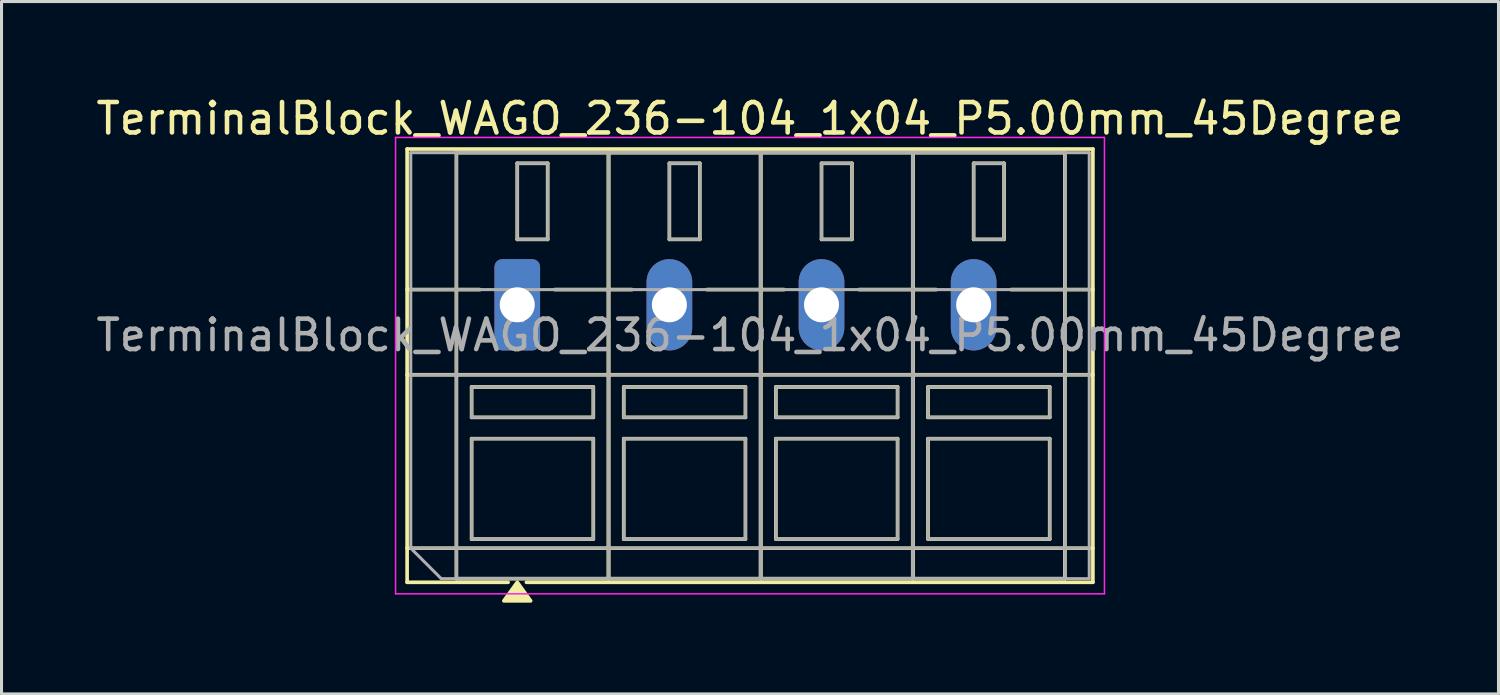
<source format=kicad_pcb>
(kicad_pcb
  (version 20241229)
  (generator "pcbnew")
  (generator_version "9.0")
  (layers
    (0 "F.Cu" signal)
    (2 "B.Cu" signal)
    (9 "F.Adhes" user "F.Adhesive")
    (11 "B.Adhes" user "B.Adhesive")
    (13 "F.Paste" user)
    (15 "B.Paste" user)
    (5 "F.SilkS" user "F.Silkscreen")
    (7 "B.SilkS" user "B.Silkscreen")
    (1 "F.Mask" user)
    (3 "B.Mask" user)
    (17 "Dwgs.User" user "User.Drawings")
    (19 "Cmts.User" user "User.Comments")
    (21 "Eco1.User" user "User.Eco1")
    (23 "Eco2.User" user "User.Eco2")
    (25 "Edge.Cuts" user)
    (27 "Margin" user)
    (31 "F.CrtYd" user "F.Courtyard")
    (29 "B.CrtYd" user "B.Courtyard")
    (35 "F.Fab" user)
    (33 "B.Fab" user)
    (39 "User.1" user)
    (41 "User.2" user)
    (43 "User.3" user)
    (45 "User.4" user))
  (footprint "TerminalBlock_WAGO_236-104_1x04_P5.00mm_45Degree"
    (layer "F.Cu")
    (at 13.951 6.968)
    (property "Reference" "TerminalBlock_WAGO_236-104_1x04_P5.00mm_45Degree" (at 7.65 -6.12 0) (layer "F.SilkS") (effects (font (size 1 1) (thickness 0.15))))
    (attr through_hole)
    (fp_line (start -3.62 -5.12) (end 18.92 -5.12) (stroke (width 0.12) (type solid)) (layer "F.SilkS"))
    (fp_line (start -3.62 -0.5) (end -1.23 -0.5) (stroke (width 0.12) (type solid)) (layer "F.SilkS"))
    (fp_line (start -3.62 2.3) (end 18.92 2.3) (stroke (width 0.12) (type solid)) (layer "F.SilkS"))
    (fp_line (start -3.62 8) (end 18.92 8) (stroke (width 0.12) (type solid)) (layer "F.SilkS"))
    (fp_line (start -3.62 9.12) (end -3.62 -5.12) (stroke (width 0.12) (type solid)) (layer "F.SilkS"))
    (fp_line (start -2 -5) (end 3 -5) (stroke (width 0.12) (type solid)) (layer "F.SilkS"))
    (fp_line (start -2 9) (end -2 -5) (stroke (width 0.12) (type solid)) (layer "F.SilkS"))
    (fp_line (start -1.5 2.7) (end 2.5 2.7) (stroke (width 0.12) (type solid)) (layer "F.SilkS"))
    (fp_line (start -1.5 3.7) (end -1.5 2.7) (stroke (width 0.12) (type solid)) (layer "F.SilkS"))
    (fp_line (start -1.5 4.4) (end 2.5 4.4) (stroke (width 0.12) (type solid)) (layer "F.SilkS"))
    (fp_line (start -1.5 7.7) (end -1.5 4.4) (stroke (width 0.12) (type solid)) (layer "F.SilkS"))
    (fp_line (start -0.3 9.12) (end -3.62 9.12) (stroke (width 0.12) (type solid)) (layer "F.SilkS"))
    (fp_line (start 0 -4.65) (end 1 -4.65) (stroke (width 0.12) (type solid)) (layer "F.SilkS"))
    (fp_line (start 0 -2.15) (end 0 -4.65) (stroke (width 0.12) (type solid)) (layer "F.SilkS"))
    (fp_line (start 1 -4.65) (end 1 -2.15) (stroke (width 0.12) (type solid)) (layer "F.SilkS"))
    (fp_line (start 1 -2.15) (end 0 -2.15) (stroke (width 0.12) (type solid)) (layer "F.SilkS"))
    (fp_line (start 1.23 -0.5) (end 3.77 -0.5) (stroke (width 0.12) (type solid)) (layer "F.SilkS"))
    (fp_line (start 2.5 2.7) (end 2.5 3.7) (stroke (width 0.12) (type solid)) (layer "F.SilkS"))
    (fp_line (start 2.5 3.7) (end -1.5 3.7) (stroke (width 0.12) (type solid)) (layer "F.SilkS"))
    (fp_line (start 2.5 4.4) (end 2.5 7.7) (stroke (width 0.12) (type solid)) (layer "F.SilkS"))
    (fp_line (start 2.5 7.7) (end -1.5 7.7) (stroke (width 0.12) (type solid)) (layer "F.SilkS"))
    (fp_line (start 3 -5) (end 3 9) (stroke (width 0.12) (type solid)) (layer "F.SilkS"))
    (fp_line (start 3 -5) (end 8 -5) (stroke (width 0.12) (type solid)) (layer "F.SilkS"))
    (fp_line (start 3 9) (end -2 9) (stroke (width 0.12) (type solid)) (layer "F.SilkS"))
    (fp_line (start 3 9) (end 3 -5) (stroke (width 0.12) (type solid)) (layer "F.SilkS"))
    (fp_line (start 3.5 2.7) (end 7.5 2.7) (stroke (width 0.12) (type solid)) (layer "F.SilkS"))
    (fp_line (start 3.5 3.7) (end 3.5 2.7) (stroke (width 0.12) (type solid)) (layer "F.SilkS"))
    (fp_line (start 3.5 4.4) (end 7.5 4.4) (stroke (width 0.12) (type solid)) (layer "F.SilkS"))
    (fp_line (start 3.5 7.7) (end 3.5 4.4) (stroke (width 0.12) (type solid)) (layer "F.SilkS"))
    (fp_line (start 5 -4.65) (end 6 -4.65) (stroke (width 0.12) (type solid)) (layer "F.SilkS"))
    (fp_line (start 5 -2.15) (end 5 -4.65) (stroke (width 0.12) (type solid)) (layer "F.SilkS"))
    (fp_line (start 6 -4.65) (end 6 -2.15) (stroke (width 0.12) (type solid)) (layer "F.SilkS"))
    (fp_line (start 6 -2.15) (end 5 -2.15) (stroke (width 0.12) (type solid)) (layer "F.SilkS"))
    (fp_line (start 6.23 -0.5) (end 8.77 -0.5) (stroke (width 0.12) (type solid)) (layer "F.SilkS"))
    (fp_line (start 7.5 2.7) (end 7.5 3.7) (stroke (width 0.12) (type solid)) (layer "F.SilkS"))
    (fp_line (start 7.5 3.7) (end 3.5 3.7) (stroke (width 0.12) (type solid)) (layer "F.SilkS"))
    (fp_line (start 7.5 4.4) (end 7.5 7.7) (stroke (width 0.12) (type solid)) (layer "F.SilkS"))
    (fp_line (start 7.5 7.7) (end 3.5 7.7) (stroke (width 0.12) (type solid)) (layer "F.SilkS"))
    (fp_line (start 8 -5) (end 8 9) (stroke (width 0.12) (type solid)) (layer "F.SilkS"))
    (fp_line (start 8 -5) (end 13 -5) (stroke (width 0.12) (type solid)) (layer "F.SilkS"))
    (fp_line (start 8 9) (end 3 9) (stroke (width 0.12) (type solid)) (layer "F.SilkS"))
    (fp_line (start 8 9) (end 8 -5) (stroke (width 0.12) (type solid)) (layer "F.SilkS"))
    (fp_line (start 8.5 2.7) (end 12.5 2.7) (stroke (width 0.12) (type solid)) (layer "F.SilkS"))
    (fp_line (start 8.5 3.7) (end 8.5 2.7) (stroke (width 0.12) (type solid)) (layer "F.SilkS"))
    (fp_line (start 8.5 4.4) (end 12.5 4.4) (stroke (width 0.12) (type solid)) (layer "F.SilkS"))
    (fp_line (start 8.5 7.7) (end 8.5 4.4) (stroke (width 0.12) (type solid)) (layer "F.SilkS"))
    (fp_line (start 10 -4.65) (end 11 -4.65) (stroke (width 0.12) (type solid)) (layer "F.SilkS"))
    (fp_line (start 10 -2.15) (end 10 -4.65) (stroke (width 0.12) (type solid)) (layer "F.SilkS"))
    (fp_line (start 11 -4.65) (end 11 -2.15) (stroke (width 0.12) (type solid)) (layer "F.SilkS"))
    (fp_line (start 11 -2.15) (end 10 -2.15) (stroke (width 0.12) (type solid)) (layer "F.SilkS"))
    (fp_line (start 11.23 -0.5) (end 13.77 -0.5) (stroke (width 0.12) (type solid)) (layer "F.SilkS"))
    (fp_line (start 12.5 2.7) (end 12.5 3.7) (stroke (width 0.12) (type solid)) (layer "F.SilkS"))
    (fp_line (start 12.5 3.7) (end 8.5 3.7) (stroke (width 0.12) (type solid)) (layer "F.SilkS"))
    (fp_line (start 12.5 4.4) (end 12.5 7.7) (stroke (width 0.12) (type solid)) (layer "F.SilkS"))
    (fp_line (start 12.5 7.7) (end 8.5 7.7) (stroke (width 0.12) (type solid)) (layer "F.SilkS"))
    (fp_line (start 13 -5) (end 13 9) (stroke (width 0.12) (type solid)) (layer "F.SilkS"))
    (fp_line (start 13 -5) (end 18 -5) (stroke (width 0.12) (type solid)) (layer "F.SilkS"))
    (fp_line (start 13 9) (end 8 9) (stroke (width 0.12) (type solid)) (layer "F.SilkS"))
    (fp_line (start 13 9) (end 13 -5) (stroke (width 0.12) (type solid)) (layer "F.SilkS"))
    (fp_line (start 13.5 2.7) (end 17.5 2.7) (stroke (width 0.12) (type solid)) (layer "F.SilkS"))
    (fp_line (start 13.5 3.7) (end 13.5 2.7) (stroke (width 0.12) (type solid)) (layer "F.SilkS"))
    (fp_line (start 13.5 4.4) (end 17.5 4.4) (stroke (width 0.12) (type solid)) (layer "F.SilkS"))
    (fp_line (start 13.5 7.7) (end 13.5 4.4) (stroke (width 0.12) (type solid)) (layer "F.SilkS"))
    (fp_line (start 15 -4.65) (end 16 -4.65) (stroke (width 0.12) (type solid)) (layer "F.SilkS"))
    (fp_line (start 15 -2.15) (end 15 -4.65) (stroke (width 0.12) (type solid)) (layer "F.SilkS"))
    (fp_line (start 16 -4.65) (end 16 -2.15) (stroke (width 0.12) (type solid)) (layer "F.SilkS"))
    (fp_line (start 16 -2.15) (end 15 -2.15) (stroke (width 0.12) (type solid)) (layer "F.SilkS"))
    (fp_line (start 16.23 -0.5) (end 18.92 -0.5) (stroke (width 0.12) (type solid)) (layer "F.SilkS"))
    (fp_line (start 17.5 2.7) (end 17.5 3.7) (stroke (width 0.12) (type solid)) (layer "F.SilkS"))
    (fp_line (start 17.5 3.7) (end 13.5 3.7) (stroke (width 0.12) (type solid)) (layer "F.SilkS"))
    (fp_line (start 17.5 4.4) (end 17.5 7.7) (stroke (width 0.12) (type solid)) (layer "F.SilkS"))
    (fp_line (start 17.5 7.7) (end 13.5 7.7) (stroke (width 0.12) (type solid)) (layer "F.SilkS"))
    (fp_line (start 18 -5) (end 18 9) (stroke (width 0.12) (type solid)) (layer "F.SilkS"))
    (fp_line (start 18 9) (end 13 9) (stroke (width 0.12) (type solid)) (layer "F.SilkS"))
    (fp_line (start 18.92 -5.12) (end 18.92 9.12) (stroke (width 0.12) (type solid)) (layer "F.SilkS"))
    (fp_line (start 18.92 9.12) (end 0.3 9.12) (stroke (width 0.12) (type solid)) (layer "F.SilkS"))
    (fp_poly (pts (xy 0 9.12) (xy 0.44 9.73) (xy -0.44 9.73)) (stroke (width 0.12) (type solid)) (fill yes) (layer "F.SilkS"))
    (fp_line (start -4 -5.5) (end -4 9.5) (stroke (width 0.05) (type solid)) (layer "F.CrtYd"))
    (fp_line (start -4 9.5) (end 19.3 9.5) (stroke (width 0.05) (type solid)) (layer "F.CrtYd"))
    (fp_line (start 19.3 -5.5) (end -4 -5.5) (stroke (width 0.05) (type solid)) (layer "F.CrtYd"))
    (fp_line (start 19.3 9.5) (end 19.3 -5.5) (stroke (width 0.05) (type solid)) (layer "F.CrtYd"))
    (fp_line (start -3.5 -5) (end 18.8 -5) (stroke (width 0.1) (type solid)) (layer "F.Fab"))
    (fp_line (start -3.5 -0.5) (end 18.8 -0.5) (stroke (width 0.1) (type solid)) (layer "F.Fab"))
    (fp_line (start -3.5 2.3) (end 18.8 2.3) (stroke (width 0.1) (type solid)) (layer "F.Fab"))
    (fp_line (start -3.5 8) (end -3.5 -5) (stroke (width 0.1) (type solid)) (layer "F.Fab"))
    (fp_line (start -3.5 8) (end 18.8 8) (stroke (width 0.1) (type solid)) (layer "F.Fab"))
    (fp_line (start -2.5 9) (end -3.5 8) (stroke (width 0.1) (type solid)) (layer "F.Fab"))
    (fp_line (start -2 -5) (end -2 9) (stroke (width 0.1) (type solid)) (layer "F.Fab"))
    (fp_line (start -2 9) (end 3 9) (stroke (width 0.1) (type solid)) (layer "F.Fab"))
    (fp_line (start -1.5 2.7) (end -1.5 3.7) (stroke (width 0.1) (type solid)) (layer "F.Fab"))
    (fp_line (start -1.5 3.7) (end 2.5 3.7) (stroke (width 0.1) (type solid)) (layer "F.Fab"))
    (fp_line (start -1.5 4.4) (end -1.5 7.7) (stroke (width 0.1) (type solid)) (layer "F.Fab"))
    (fp_line (start -1.5 7.7) (end 2.5 7.7) (stroke (width 0.1) (type solid)) (layer "F.Fab"))
    (fp_line (start 0 -4.65) (end 0 -2.15) (stroke (width 0.1) (type solid)) (layer "F.Fab"))
    (fp_line (start 0 -2.15) (end 1 -2.15) (stroke (width 0.1) (type solid)) (layer "F.Fab"))
    (fp_line (start 1 -4.65) (end 0 -4.65) (stroke (width 0.1) (type solid)) (layer "F.Fab"))
    (fp_line (start 1 -2.15) (end 1 -4.65) (stroke (width 0.1) (type solid)) (layer "F.Fab"))
    (fp_line (start 2.5 2.7) (end -1.5 2.7) (stroke (width 0.1) (type solid)) (layer "F.Fab"))
    (fp_line (start 2.5 3.7) (end 2.5 2.7) (stroke (width 0.1) (type solid)) (layer "F.Fab"))
    (fp_line (start 2.5 4.4) (end -1.5 4.4) (stroke (width 0.1) (type solid)) (layer "F.Fab"))
    (fp_line (start 2.5 7.7) (end 2.5 4.4) (stroke (width 0.1) (type solid)) (layer "F.Fab"))
    (fp_line (start 3 -5) (end -2 -5) (stroke (width 0.1) (type solid)) (layer "F.Fab"))
    (fp_line (start 3 -5) (end 3 9) (stroke (width 0.1) (type solid)) (layer "F.Fab"))
    (fp_line (start 3 9) (end 3 -5) (stroke (width 0.1) (type solid)) (layer "F.Fab"))
    (fp_line (start 3 9) (end 8 9) (stroke (width 0.1) (type solid)) (layer "F.Fab"))
    (fp_line (start 3.5 2.7) (end 3.5 3.7) (stroke (width 0.1) (type solid)) (layer "F.Fab"))
    (fp_line (start 3.5 3.7) (end 7.5 3.7) (stroke (width 0.1) (type solid)) (layer "F.Fab"))
    (fp_line (start 3.5 4.4) (end 3.5 7.7) (stroke (width 0.1) (type solid)) (layer "F.Fab"))
    (fp_line (start 3.5 7.7) (end 7.5 7.7) (stroke (width 0.1) (type solid)) (layer "F.Fab"))
    (fp_line (start 5 -4.65) (end 5 -2.15) (stroke (width 0.1) (type solid)) (layer "F.Fab"))
    (fp_line (start 5 -2.15) (end 6 -2.15) (stroke (width 0.1) (type solid)) (layer "F.Fab"))
    (fp_line (start 6 -4.65) (end 5 -4.65) (stroke (width 0.1) (type solid)) (layer "F.Fab"))
    (fp_line (start 6 -2.15) (end 6 -4.65) (stroke (width 0.1) (type solid)) (layer "F.Fab"))
    (fp_line (start 7.5 2.7) (end 3.5 2.7) (stroke (width 0.1) (type solid)) (layer "F.Fab"))
    (fp_line (start 7.5 3.7) (end 7.5 2.7) (stroke (width 0.1) (type solid)) (layer "F.Fab"))
    (fp_line (start 7.5 4.4) (end 3.5 4.4) (stroke (width 0.1) (type solid)) (layer "F.Fab"))
    (fp_line (start 7.5 7.7) (end 7.5 4.4) (stroke (width 0.1) (type solid)) (layer "F.Fab"))
    (fp_line (start 8 -5) (end 3 -5) (stroke (width 0.1) (type solid)) (layer "F.Fab"))
    (fp_line (start 8 -5) (end 8 9) (stroke (width 0.1) (type solid)) (layer "F.Fab"))
    (fp_line (start 8 9) (end 8 -5) (stroke (width 0.1) (type solid)) (layer "F.Fab"))
    (fp_line (start 8 9) (end 13 9) (stroke (width 0.1) (type solid)) (layer "F.Fab"))
    (fp_line (start 8.5 2.7) (end 8.5 3.7) (stroke (width 0.1) (type solid)) (layer "F.Fab"))
    (fp_line (start 8.5 3.7) (end 12.5 3.7) (stroke (width 0.1) (type solid)) (layer "F.Fab"))
    (fp_line (start 8.5 4.4) (end 8.5 7.7) (stroke (width 0.1) (type solid)) (layer "F.Fab"))
    (fp_line (start 8.5 7.7) (end 12.5 7.7) (stroke (width 0.1) (type solid)) (layer "F.Fab"))
    (fp_line (start 10 -4.65) (end 10 -2.15) (stroke (width 0.1) (type solid)) (layer "F.Fab"))
    (fp_line (start 10 -2.15) (end 11 -2.15) (stroke (width 0.1) (type solid)) (layer "F.Fab"))
    (fp_line (start 11 -4.65) (end 10 -4.65) (stroke (width 0.1) (type solid)) (layer "F.Fab"))
    (fp_line (start 11 -2.15) (end 11 -4.65) (stroke (width 0.1) (type solid)) (layer "F.Fab"))
    (fp_line (start 12.5 2.7) (end 8.5 2.7) (stroke (width 0.1) (type solid)) (layer "F.Fab"))
    (fp_line (start 12.5 3.7) (end 12.5 2.7) (stroke (width 0.1) (type solid)) (layer "F.Fab"))
    (fp_line (start 12.5 4.4) (end 8.5 4.4) (stroke (width 0.1) (type solid)) (layer "F.Fab"))
    (fp_line (start 12.5 7.7) (end 12.5 4.4) (stroke (width 0.1) (type solid)) (layer "F.Fab"))
    (fp_line (start 13 -5) (end 8 -5) (stroke (width 0.1) (type solid)) (layer "F.Fab"))
    (fp_line (start 13 -5) (end 13 9) (stroke (width 0.1) (type solid)) (layer "F.Fab"))
    (fp_line (start 13 9) (end 13 -5) (stroke (width 0.1) (type solid)) (layer "F.Fab"))
    (fp_line (start 13 9) (end 18 9) (stroke (width 0.1) (type solid)) (layer "F.Fab"))
    (fp_line (start 13.5 2.7) (end 13.5 3.7) (stroke (width 0.1) (type solid)) (layer "F.Fab"))
    (fp_line (start 13.5 3.7) (end 17.5 3.7) (stroke (width 0.1) (type solid)) (layer "F.Fab"))
    (fp_line (start 13.5 4.4) (end 13.5 7.7) (stroke (width 0.1) (type solid)) (layer "F.Fab"))
    (fp_line (start 13.5 7.7) (end 17.5 7.7) (stroke (width 0.1) (type solid)) (layer "F.Fab"))
    (fp_line (start 15 -4.65) (end 15 -2.15) (stroke (width 0.1) (type solid)) (layer "F.Fab"))
    (fp_line (start 15 -2.15) (end 16 -2.15) (stroke (width 0.1) (type solid)) (layer "F.Fab"))
    (fp_line (start 16 -4.65) (end 15 -4.65) (stroke (width 0.1) (type solid)) (layer "F.Fab"))
    (fp_line (start 16 -2.15) (end 16 -4.65) (stroke (width 0.1) (type solid)) (layer "F.Fab"))
    (fp_line (start 17.5 2.7) (end 13.5 2.7) (stroke (width 0.1) (type solid)) (layer "F.Fab"))
    (fp_line (start 17.5 3.7) (end 17.5 2.7) (stroke (width 0.1) (type solid)) (layer "F.Fab"))
    (fp_line (start 17.5 4.4) (end 13.5 4.4) (stroke (width 0.1) (type solid)) (layer "F.Fab"))
    (fp_line (start 17.5 7.7) (end 17.5 4.4) (stroke (width 0.1) (type solid)) (layer "F.Fab"))
    (fp_line (start 18 -5) (end 13 -5) (stroke (width 0.1) (type solid)) (layer "F.Fab"))
    (fp_line (start 18 9) (end 18 -5) (stroke (width 0.1) (type solid)) (layer "F.Fab"))
    (fp_line (start 18.8 -5) (end 18.8 9) (stroke (width 0.1) (type solid)) (layer "F.Fab"))
    (fp_line (start 18.8 9) (end -2.5 9) (stroke (width 0.1) (type solid)) (layer "F.Fab"))
    (fp_text user "${REFERENCE}" (at 7.65 1 0) (layer "F.Fab") (effects (font (size 1 1) (thickness 0.15))))
    (pad "1" thru_hole roundrect (at 0 0) (size 1.5 3) (drill 1.15) (layers "*.Cu" "*.Mask") (roundrect_rratio 0.167))
    (pad "2" thru_hole oval (at 5 0) (size 1.5 3) (drill 1.15) (layers "*.Cu" "*.Mask"))
    (pad "3" thru_hole oval (at 10 0) (size 1.5 3) (drill 1.15) (layers "*.Cu" "*.Mask"))
    (pad "4" thru_hole oval (at 15 0) (size 1.5 3) (drill 1.15) (layers "*.Cu" "*.Mask")))
  (gr_rect
    (start -3 -3)
    (end 46.202 19.758)
    (stroke (width 0.1) (type default))
    (fill no)
    (layer "Edge.Cuts")))
</source>
